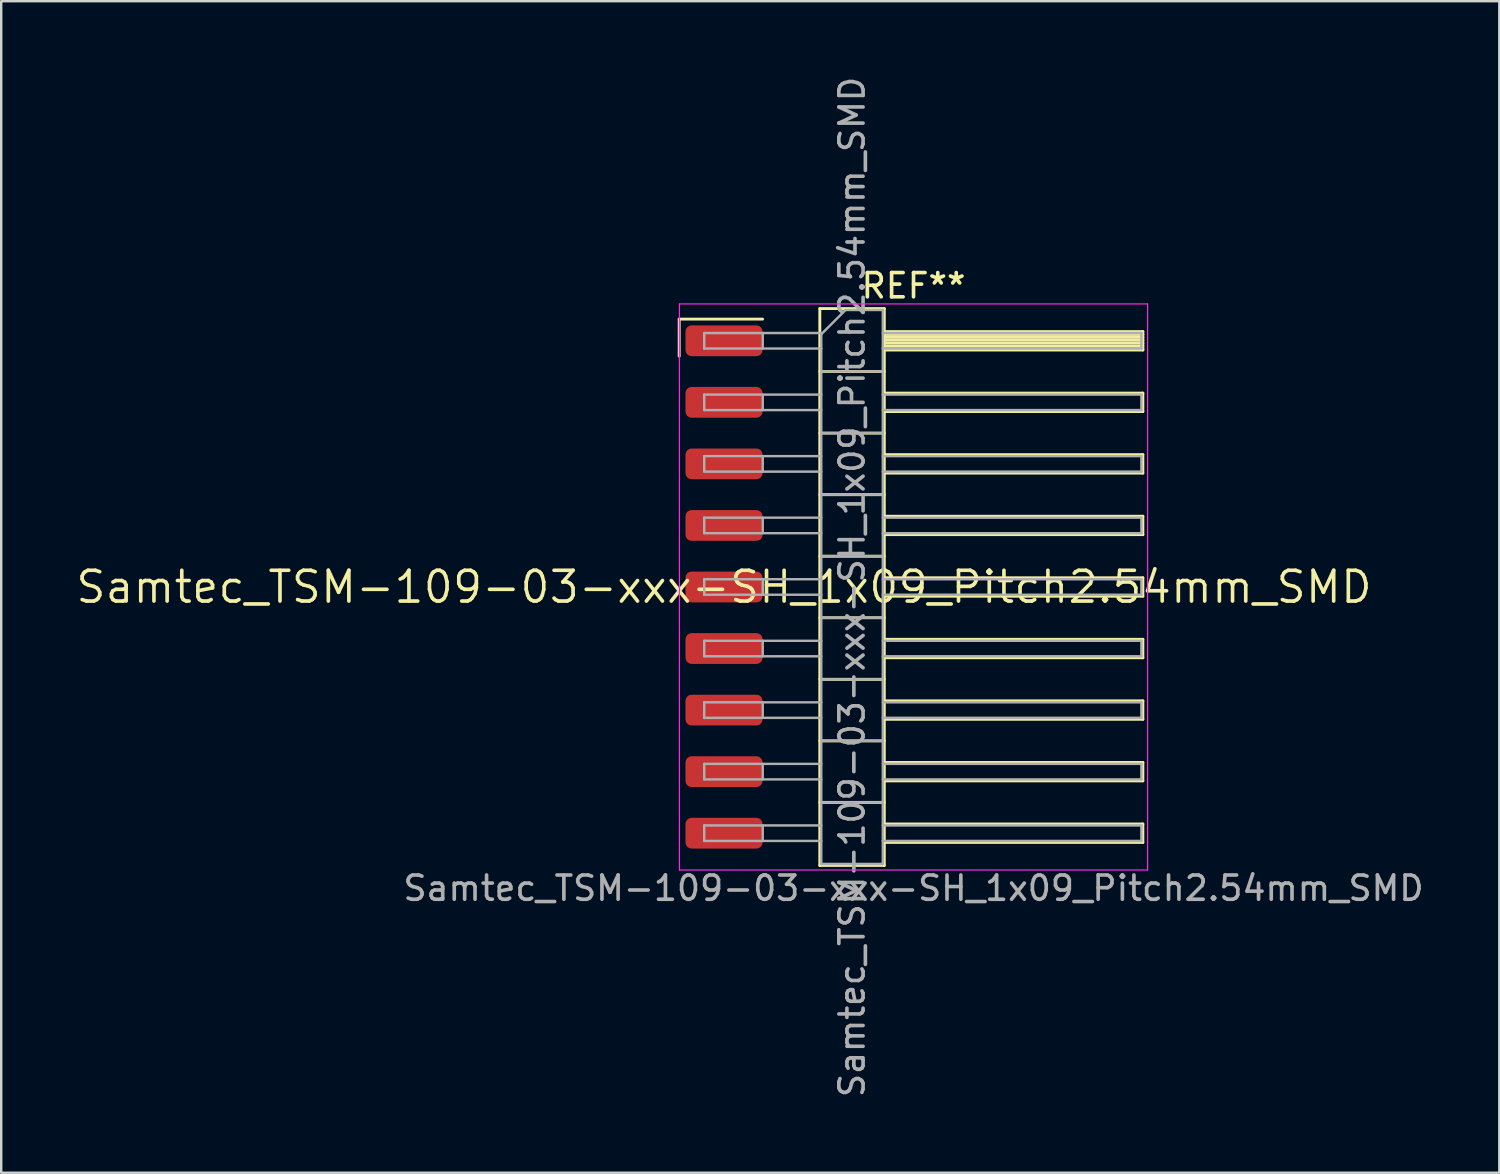
<source format=kicad_pcb>
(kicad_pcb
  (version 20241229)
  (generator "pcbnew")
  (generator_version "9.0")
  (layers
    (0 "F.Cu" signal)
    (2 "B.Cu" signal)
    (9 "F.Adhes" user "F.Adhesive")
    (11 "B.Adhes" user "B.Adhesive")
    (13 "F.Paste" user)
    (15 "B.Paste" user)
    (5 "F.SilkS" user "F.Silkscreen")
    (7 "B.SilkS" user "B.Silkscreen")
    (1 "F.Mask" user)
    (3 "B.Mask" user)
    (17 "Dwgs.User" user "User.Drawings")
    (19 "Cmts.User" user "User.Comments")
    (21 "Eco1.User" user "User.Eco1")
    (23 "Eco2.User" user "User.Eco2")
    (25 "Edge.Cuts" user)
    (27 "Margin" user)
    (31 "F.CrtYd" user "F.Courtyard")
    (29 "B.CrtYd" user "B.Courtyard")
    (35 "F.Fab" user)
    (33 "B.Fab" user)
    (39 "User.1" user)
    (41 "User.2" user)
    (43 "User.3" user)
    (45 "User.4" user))
  (footprint "Samtec_TSM-109-03-xxx-SH_1x09_Pitch2.54mm_SMD"
    (layer "F.Cu")
    (at 26.828 21.173)
    (property "Reference" "Samtec_TSM-109-03-xxx-SH_1x09_Pitch2.54mm_SMD" (at 0 0 0) (layer "F.SilkS") (effects (font (size 1.27 1.27) (thickness 0.15))))
    (attr smd)
    (fp_line (start -1.85 -11.055) (end 1.59 -11.055) (stroke (width 0.12) (type solid)) (layer "F.SilkS"))
    (fp_line (start -1.85 -9.525) (end -1.85 -11.055) (stroke (width 0.12) (type solid)) (layer "F.SilkS"))
    (fp_line (start 3.953 -11.49) (end 6.613 -11.49) (stroke (width 0.12) (type solid)) (layer "F.SilkS"))
    (fp_line (start 3.953 -8.89) (end 6.613 -8.89) (stroke (width 0.12) (type solid)) (layer "F.SilkS"))
    (fp_line (start 3.953 -6.35) (end 6.613 -6.35) (stroke (width 0.12) (type solid)) (layer "F.SilkS"))
    (fp_line (start 3.953 -3.81) (end 6.613 -3.81) (stroke (width 0.12) (type solid)) (layer "F.SilkS"))
    (fp_line (start 3.953 -1.27) (end 6.613 -1.27) (stroke (width 0.12) (type solid)) (layer "F.SilkS"))
    (fp_line (start 3.953 1.27) (end 6.613 1.27) (stroke (width 0.12) (type solid)) (layer "F.SilkS"))
    (fp_line (start 3.953 3.81) (end 6.613 3.81) (stroke (width 0.12) (type solid)) (layer "F.SilkS"))
    (fp_line (start 3.953 6.35) (end 6.613 6.35) (stroke (width 0.12) (type solid)) (layer "F.SilkS"))
    (fp_line (start 3.953 8.89) (end 6.613 8.89) (stroke (width 0.12) (type solid)) (layer "F.SilkS"))
    (fp_line (start 3.953 11.49) (end 3.953 -11.49) (stroke (width 0.12) (type solid)) (layer "F.SilkS"))
    (fp_line (start 6.613 -11.49) (end 6.613 11.49) (stroke (width 0.12) (type solid)) (layer "F.SilkS"))
    (fp_line (start 6.613 -10.54) (end 17.283 -10.54) (stroke (width 0.12) (type solid)) (layer "F.SilkS"))
    (fp_line (start 6.613 -10.42) (end 17.283 -10.42) (stroke (width 0.12) (type solid)) (layer "F.SilkS"))
    (fp_line (start 6.613 -10.3) (end 17.283 -10.3) (stroke (width 0.12) (type solid)) (layer "F.SilkS"))
    (fp_line (start 6.613 -10.18) (end 17.283 -10.18) (stroke (width 0.12) (type solid)) (layer "F.SilkS"))
    (fp_line (start 6.613 -10.06) (end 17.283 -10.06) (stroke (width 0.12) (type solid)) (layer "F.SilkS"))
    (fp_line (start 6.613 -9.94) (end 17.283 -9.94) (stroke (width 0.12) (type solid)) (layer "F.SilkS"))
    (fp_line (start 6.613 -9.82) (end 17.283 -9.82) (stroke (width 0.12) (type solid)) (layer "F.SilkS"))
    (fp_line (start 6.613 -9.78) (end 17.283 -9.78) (stroke (width 0.12) (type solid)) (layer "F.SilkS"))
    (fp_line (start 6.613 -8) (end 17.283 -8) (stroke (width 0.12) (type solid)) (layer "F.SilkS"))
    (fp_line (start 6.613 -7.24) (end 17.283 -7.24) (stroke (width 0.12) (type solid)) (layer "F.SilkS"))
    (fp_line (start 6.613 -5.46) (end 17.283 -5.46) (stroke (width 0.12) (type solid)) (layer "F.SilkS"))
    (fp_line (start 6.613 -4.7) (end 17.283 -4.7) (stroke (width 0.12) (type solid)) (layer "F.SilkS"))
    (fp_line (start 6.613 -2.92) (end 17.283 -2.92) (stroke (width 0.12) (type solid)) (layer "F.SilkS"))
    (fp_line (start 6.613 -2.16) (end 17.283 -2.16) (stroke (width 0.12) (type solid)) (layer "F.SilkS"))
    (fp_line (start 6.613 -0.38) (end 17.283 -0.38) (stroke (width 0.12) (type solid)) (layer "F.SilkS"))
    (fp_line (start 6.613 0.38) (end 17.283 0.38) (stroke (width 0.12) (type solid)) (layer "F.SilkS"))
    (fp_line (start 6.613 2.16) (end 17.283 2.16) (stroke (width 0.12) (type solid)) (layer "F.SilkS"))
    (fp_line (start 6.613 2.92) (end 17.283 2.92) (stroke (width 0.12) (type solid)) (layer "F.SilkS"))
    (fp_line (start 6.613 4.7) (end 17.283 4.7) (stroke (width 0.12) (type solid)) (layer "F.SilkS"))
    (fp_line (start 6.613 5.46) (end 17.283 5.46) (stroke (width 0.12) (type solid)) (layer "F.SilkS"))
    (fp_line (start 6.613 7.24) (end 17.283 7.24) (stroke (width 0.12) (type solid)) (layer "F.SilkS"))
    (fp_line (start 6.613 8) (end 17.283 8) (stroke (width 0.12) (type solid)) (layer "F.SilkS"))
    (fp_line (start 6.613 9.78) (end 17.283 9.78) (stroke (width 0.12) (type solid)) (layer "F.SilkS"))
    (fp_line (start 6.613 10.54) (end 17.283 10.54) (stroke (width 0.12) (type solid)) (layer "F.SilkS"))
    (fp_line (start 6.613 11.49) (end 3.953 11.49) (stroke (width 0.12) (type solid)) (layer "F.SilkS"))
    (fp_line (start 17.283 -10.54) (end 17.283 -9.78) (stroke (width 0.12) (type solid)) (layer "F.SilkS"))
    (fp_line (start 17.283 -8) (end 17.283 -7.24) (stroke (width 0.12) (type solid)) (layer "F.SilkS"))
    (fp_line (start 17.283 -5.46) (end 17.283 -4.7) (stroke (width 0.12) (type solid)) (layer "F.SilkS"))
    (fp_line (start 17.283 -2.92) (end 17.283 -2.16) (stroke (width 0.12) (type solid)) (layer "F.SilkS"))
    (fp_line (start 17.283 -0.38) (end 17.283 0.38) (stroke (width 0.12) (type solid)) (layer "F.SilkS"))
    (fp_line (start 17.283 2.16) (end 17.283 2.92) (stroke (width 0.12) (type solid)) (layer "F.SilkS"))
    (fp_line (start 17.283 4.7) (end 17.283 5.46) (stroke (width 0.12) (type solid)) (layer "F.SilkS"))
    (fp_line (start 17.283 7.24) (end 17.283 8) (stroke (width 0.12) (type solid)) (layer "F.SilkS"))
    (fp_line (start 17.283 9.78) (end 17.283 10.54) (stroke (width 0.12) (type solid)) (layer "F.SilkS"))
    (fp_line (start -1.84 -11.68) (end 17.48 -11.68) (stroke (width 0.05) (type solid)) (layer "F.CrtYd"))
    (fp_line (start -1.84 11.68) (end -1.84 -11.68) (stroke (width 0.05) (type solid)) (layer "F.CrtYd"))
    (fp_line (start 17.48 -11.68) (end 17.48 11.68) (stroke (width 0.05) (type solid)) (layer "F.CrtYd"))
    (fp_line (start 17.48 11.68) (end -1.84 11.68) (stroke (width 0.05) (type solid)) (layer "F.CrtYd"))
    (fp_line (start -0.817 -10.48) (end -0.817 -9.84) (stroke (width 0.1) (type solid)) (layer "F.Fab"))
    (fp_line (start -0.817 -10.48) (end 4.013 -10.48) (stroke (width 0.1) (type solid)) (layer "F.Fab"))
    (fp_line (start -0.817 -9.84) (end 4.013 -9.84) (stroke (width 0.1) (type solid)) (layer "F.Fab"))
    (fp_line (start -0.817 -7.94) (end -0.817 -7.3) (stroke (width 0.1) (type solid)) (layer "F.Fab"))
    (fp_line (start -0.817 -7.94) (end 4.013 -7.94) (stroke (width 0.1) (type solid)) (layer "F.Fab"))
    (fp_line (start -0.817 -7.3) (end 4.013 -7.3) (stroke (width 0.1) (type solid)) (layer "F.Fab"))
    (fp_line (start -0.817 -5.4) (end -0.817 -4.76) (stroke (width 0.1) (type solid)) (layer "F.Fab"))
    (fp_line (start -0.817 -5.4) (end 4.013 -5.4) (stroke (width 0.1) (type solid)) (layer "F.Fab"))
    (fp_line (start -0.817 -4.76) (end 4.013 -4.76) (stroke (width 0.1) (type solid)) (layer "F.Fab"))
    (fp_line (start -0.817 -2.86) (end -0.817 -2.22) (stroke (width 0.1) (type solid)) (layer "F.Fab"))
    (fp_line (start -0.817 -2.86) (end 4.013 -2.86) (stroke (width 0.1) (type solid)) (layer "F.Fab"))
    (fp_line (start -0.817 -2.22) (end 4.013 -2.22) (stroke (width 0.1) (type solid)) (layer "F.Fab"))
    (fp_line (start -0.817 -0.32) (end -0.817 0.32) (stroke (width 0.1) (type solid)) (layer "F.Fab"))
    (fp_line (start -0.817 -0.32) (end 4.013 -0.32) (stroke (width 0.1) (type solid)) (layer "F.Fab"))
    (fp_line (start -0.817 0.32) (end 4.013 0.32) (stroke (width 0.1) (type solid)) (layer "F.Fab"))
    (fp_line (start -0.817 2.22) (end -0.817 2.86) (stroke (width 0.1) (type solid)) (layer "F.Fab"))
    (fp_line (start -0.817 2.22) (end 4.013 2.22) (stroke (width 0.1) (type solid)) (layer "F.Fab"))
    (fp_line (start -0.817 2.86) (end 4.013 2.86) (stroke (width 0.1) (type solid)) (layer "F.Fab"))
    (fp_line (start -0.817 4.76) (end -0.817 5.4) (stroke (width 0.1) (type solid)) (layer "F.Fab"))
    (fp_line (start -0.817 4.76) (end 4.013 4.76) (stroke (width 0.1) (type solid)) (layer "F.Fab"))
    (fp_line (start -0.817 5.4) (end 4.013 5.4) (stroke (width 0.1) (type solid)) (layer "F.Fab"))
    (fp_line (start -0.817 7.3) (end -0.817 7.94) (stroke (width 0.1) (type solid)) (layer "F.Fab"))
    (fp_line (start -0.817 7.3) (end 4.013 7.3) (stroke (width 0.1) (type solid)) (layer "F.Fab"))
    (fp_line (start -0.817 7.94) (end 4.013 7.94) (stroke (width 0.1) (type solid)) (layer "F.Fab"))
    (fp_line (start -0.817 9.84) (end -0.817 10.48) (stroke (width 0.1) (type solid)) (layer "F.Fab"))
    (fp_line (start -0.817 9.84) (end 4.013 9.84) (stroke (width 0.1) (type solid)) (layer "F.Fab"))
    (fp_line (start -0.817 10.48) (end 4.013 10.48) (stroke (width 0.1) (type solid)) (layer "F.Fab"))
    (fp_line (start 1.598 -10.48) (end 1.598 -9.84) (stroke (width 0.1) (type solid)) (layer "F.Fab"))
    (fp_line (start 1.598 -7.94) (end 1.598 -7.3) (stroke (width 0.1) (type solid)) (layer "F.Fab"))
    (fp_line (start 1.598 -5.4) (end 1.598 -4.76) (stroke (width 0.1) (type solid)) (layer "F.Fab"))
    (fp_line (start 1.598 -2.86) (end 1.598 -2.22) (stroke (width 0.1) (type solid)) (layer "F.Fab"))
    (fp_line (start 1.598 -0.32) (end 1.598 0.32) (stroke (width 0.1) (type solid)) (layer "F.Fab"))
    (fp_line (start 1.598 2.22) (end 1.598 2.86) (stroke (width 0.1) (type solid)) (layer "F.Fab"))
    (fp_line (start 1.598 4.76) (end 1.598 5.4) (stroke (width 0.1) (type solid)) (layer "F.Fab"))
    (fp_line (start 1.598 7.3) (end 1.598 7.94) (stroke (width 0.1) (type solid)) (layer "F.Fab"))
    (fp_line (start 1.598 9.84) (end 1.598 10.48) (stroke (width 0.1) (type solid)) (layer "F.Fab"))
    (fp_line (start 4.013 -10.43) (end 5.013 -11.43) (stroke (width 0.1) (type solid)) (layer "F.Fab"))
    (fp_line (start 4.013 -8.89) (end 6.553 -8.89) (stroke (width 0.1) (type solid)) (layer "F.Fab"))
    (fp_line (start 4.013 -6.35) (end 6.553 -6.35) (stroke (width 0.1) (type solid)) (layer "F.Fab"))
    (fp_line (start 4.013 -3.81) (end 6.553 -3.81) (stroke (width 0.1) (type solid)) (layer "F.Fab"))
    (fp_line (start 4.013 -1.27) (end 6.553 -1.27) (stroke (width 0.1) (type solid)) (layer "F.Fab"))
    (fp_line (start 4.013 1.27) (end 6.553 1.27) (stroke (width 0.1) (type solid)) (layer "F.Fab"))
    (fp_line (start 4.013 3.81) (end 6.553 3.81) (stroke (width 0.1) (type solid)) (layer "F.Fab"))
    (fp_line (start 4.013 6.35) (end 6.553 6.35) (stroke (width 0.1) (type solid)) (layer "F.Fab"))
    (fp_line (start 4.013 8.89) (end 6.553 8.89) (stroke (width 0.1) (type solid)) (layer "F.Fab"))
    (fp_line (start 4.013 11.43) (end 4.013 -10.43) (stroke (width 0.1) (type solid)) (layer "F.Fab"))
    (fp_line (start 5.013 -11.43) (end 6.553 -11.43) (stroke (width 0.1) (type solid)) (layer "F.Fab"))
    (fp_line (start 6.553 -11.43) (end 6.553 11.43) (stroke (width 0.1) (type solid)) (layer "F.Fab"))
    (fp_line (start 6.553 -10.48) (end 17.223 -10.48) (stroke (width 0.1) (type solid)) (layer "F.Fab"))
    (fp_line (start 6.553 -9.84) (end 17.223 -9.84) (stroke (width 0.1) (type solid)) (layer "F.Fab"))
    (fp_line (start 6.553 -7.94) (end 17.223 -7.94) (stroke (width 0.1) (type solid)) (layer "F.Fab"))
    (fp_line (start 6.553 -7.3) (end 17.223 -7.3) (stroke (width 0.1) (type solid)) (layer "F.Fab"))
    (fp_line (start 6.553 -5.4) (end 17.223 -5.4) (stroke (width 0.1) (type solid)) (layer "F.Fab"))
    (fp_line (start 6.553 -4.76) (end 17.223 -4.76) (stroke (width 0.1) (type solid)) (layer "F.Fab"))
    (fp_line (start 6.553 -2.86) (end 17.223 -2.86) (stroke (width 0.1) (type solid)) (layer "F.Fab"))
    (fp_line (start 6.553 -2.22) (end 17.223 -2.22) (stroke (width 0.1) (type solid)) (layer "F.Fab"))
    (fp_line (start 6.553 -0.32) (end 17.223 -0.32) (stroke (width 0.1) (type solid)) (layer "F.Fab"))
    (fp_line (start 6.553 0.32) (end 17.223 0.32) (stroke (width 0.1) (type solid)) (layer "F.Fab"))
    (fp_line (start 6.553 2.22) (end 17.223 2.22) (stroke (width 0.1) (type solid)) (layer "F.Fab"))
    (fp_line (start 6.553 2.86) (end 17.223 2.86) (stroke (width 0.1) (type solid)) (layer "F.Fab"))
    (fp_line (start 6.553 4.76) (end 17.223 4.76) (stroke (width 0.1) (type solid)) (layer "F.Fab"))
    (fp_line (start 6.553 5.4) (end 17.223 5.4) (stroke (width 0.1) (type solid)) (layer "F.Fab"))
    (fp_line (start 6.553 7.3) (end 17.223 7.3) (stroke (width 0.1) (type solid)) (layer "F.Fab"))
    (fp_line (start 6.553 7.94) (end 17.223 7.94) (stroke (width 0.1) (type solid)) (layer "F.Fab"))
    (fp_line (start 6.553 9.84) (end 17.223 9.84) (stroke (width 0.1) (type solid)) (layer "F.Fab"))
    (fp_line (start 6.553 10.48) (end 17.223 10.48) (stroke (width 0.1) (type solid)) (layer "F.Fab"))
    (fp_line (start 6.553 11.43) (end 4.013 11.43) (stroke (width 0.1) (type solid)) (layer "F.Fab"))
    (fp_line (start 17.223 -10.48) (end 17.223 -9.84) (stroke (width 0.1) (type solid)) (layer "F.Fab"))
    (fp_line (start 17.223 -7.94) (end 17.223 -7.3) (stroke (width 0.1) (type solid)) (layer "F.Fab"))
    (fp_line (start 17.223 -5.4) (end 17.223 -4.76) (stroke (width 0.1) (type solid)) (layer "F.Fab"))
    (fp_line (start 17.223 -2.86) (end 17.223 -2.22) (stroke (width 0.1) (type solid)) (layer "F.Fab"))
    (fp_line (start 17.223 -0.32) (end 17.223 0.32) (stroke (width 0.1) (type solid)) (layer "F.Fab"))
    (fp_line (start 17.223 2.22) (end 17.223 2.86) (stroke (width 0.1) (type solid)) (layer "F.Fab"))
    (fp_line (start 17.223 4.76) (end 17.223 5.4) (stroke (width 0.1) (type solid)) (layer "F.Fab"))
    (fp_line (start 17.223 7.3) (end 17.223 7.94) (stroke (width 0.1) (type solid)) (layer "F.Fab"))
    (fp_line (start 17.223 9.84) (end 17.223 10.48) (stroke (width 0.1) (type solid)) (layer "F.Fab"))
    (fp_text user "REF**" (at 7.82 -12.43 0) (layer "F.SilkS") (effects (font (size 1 1) (thickness 0.15))))
    (fp_text user "Samtec_TSM-109-03-xxx-SH_1x09_Pitch2.54mm_SMD" (at 7.82 12.43 0) (layer "F.Fab") (effects (font (size 1 1) (thickness 0.15))))
    (fp_text user "${REFERENCE}" (at 5.283 0 90) (layer "F.Fab") (effects (font (size 1 1) (thickness 0.15))))
    (pad "1" smd roundrect (at 0 -10.16) (size 3.18 1.27) (layers "F.Cu" "F.Mask" "F.Paste") (roundrect_rratio 0.197))
    (pad "2" smd roundrect (at 0 -7.62) (size 3.18 1.27) (layers "F.Cu" "F.Mask" "F.Paste") (roundrect_rratio 0.197))
    (pad "3" smd roundrect (at 0 -5.08) (size 3.18 1.27) (layers "F.Cu" "F.Mask" "F.Paste") (roundrect_rratio 0.197))
    (pad "4" smd roundrect (at 0 -2.54) (size 3.18 1.27) (layers "F.Cu" "F.Mask" "F.Paste") (roundrect_rratio 0.197))
    (pad "5" smd roundrect (at 0 0) (size 3.18 1.27) (layers "F.Cu" "F.Mask" "F.Paste") (roundrect_rratio 0.197))
    (pad "6" smd roundrect (at 0 2.54) (size 3.18 1.27) (layers "F.Cu" "F.Mask" "F.Paste") (roundrect_rratio 0.197))
    (pad "7" smd roundrect (at 0 5.08) (size 3.18 1.27) (layers "F.Cu" "F.Mask" "F.Paste") (roundrect_rratio 0.197))
    (pad "8" smd roundrect (at 0 7.62) (size 3.18 1.27) (layers "F.Cu" "F.Mask" "F.Paste") (roundrect_rratio 0.197))
    (pad "9" smd roundrect (at 0 10.16) (size 3.18 1.27) (layers "F.Cu" "F.Mask" "F.Paste") (roundrect_rratio 0.197)))
  (gr_rect
    (start -3 -3)
    (end 58.821 45.345)
    (stroke (width 0.1) (type default))
    (fill no)
    (layer "Edge.Cuts")))
</source>
